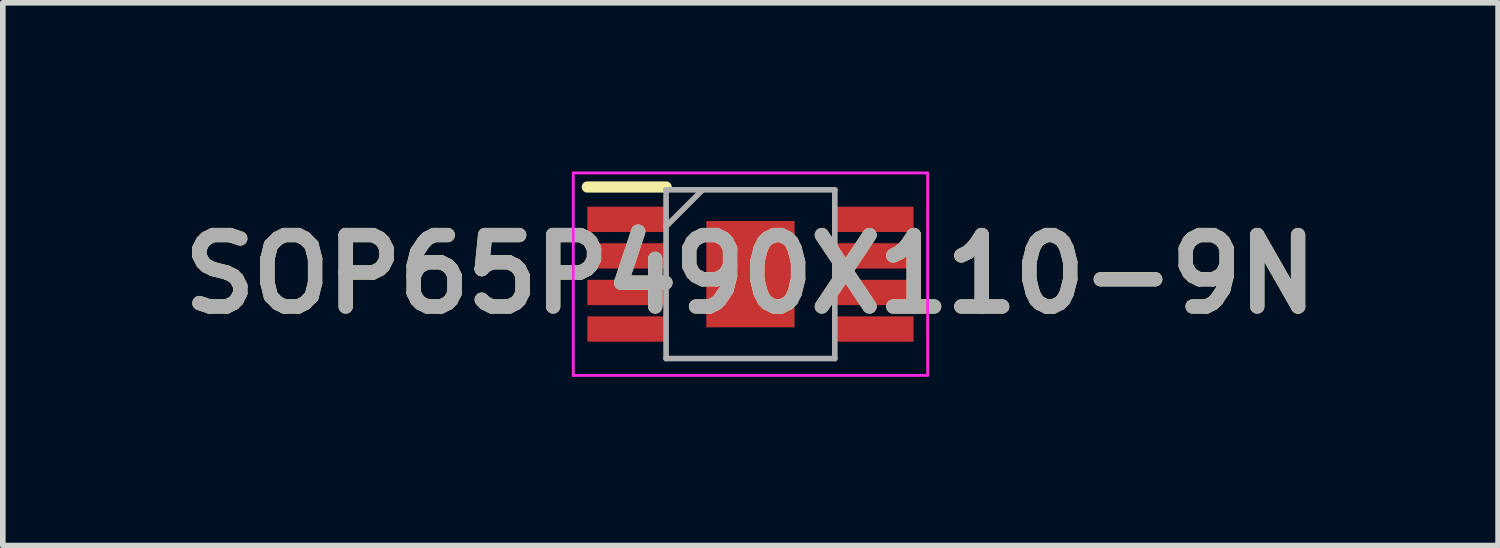
<source format=kicad_pcb>
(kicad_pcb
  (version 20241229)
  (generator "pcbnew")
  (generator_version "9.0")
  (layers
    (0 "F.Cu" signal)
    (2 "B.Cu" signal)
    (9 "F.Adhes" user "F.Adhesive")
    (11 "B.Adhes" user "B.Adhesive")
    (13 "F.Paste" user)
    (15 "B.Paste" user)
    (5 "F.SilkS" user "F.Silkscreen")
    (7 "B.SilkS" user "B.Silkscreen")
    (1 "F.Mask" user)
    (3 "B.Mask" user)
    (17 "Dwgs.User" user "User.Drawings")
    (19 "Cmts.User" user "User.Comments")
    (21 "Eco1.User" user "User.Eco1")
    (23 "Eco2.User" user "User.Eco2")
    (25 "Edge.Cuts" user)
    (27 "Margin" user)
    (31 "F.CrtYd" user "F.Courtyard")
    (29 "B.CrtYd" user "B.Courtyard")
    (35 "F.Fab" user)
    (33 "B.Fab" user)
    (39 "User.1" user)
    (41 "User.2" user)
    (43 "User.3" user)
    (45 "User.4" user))
  (footprint "SOP65P490X110-9N"
    (layer "F.Cu")
    (at 10.293 1.825)
    (property "Reference" "SOP65P490X110-9N" (at 0 0 0) (layer "F.SilkS") (effects (font (size 1.27 1.27) (thickness 0.254))))
    (attr smd)
    (fp_line (start -2.9 -1.55) (end -1.5 -1.55) (stroke (width 0.2) (type solid)) (layer "F.SilkS"))
    (fp_line (start -3.15 -1.8) (end 3.15 -1.8) (stroke (width 0.05) (type solid)) (layer "F.CrtYd"))
    (fp_line (start -3.15 1.8) (end -3.15 -1.8) (stroke (width 0.05) (type solid)) (layer "F.CrtYd"))
    (fp_line (start 3.15 -1.8) (end 3.15 1.8) (stroke (width 0.05) (type solid)) (layer "F.CrtYd"))
    (fp_line (start 3.15 1.8) (end -3.15 1.8) (stroke (width 0.05) (type solid)) (layer "F.CrtYd"))
    (fp_line (start -1.5 -1.5) (end 1.5 -1.5) (stroke (width 0.1) (type solid)) (layer "F.Fab"))
    (fp_line (start -1.5 -0.85) (end -0.85 -1.5) (stroke (width 0.1) (type solid)) (layer "F.Fab"))
    (fp_line (start -1.5 1.5) (end -1.5 -1.5) (stroke (width 0.1) (type solid)) (layer "F.Fab"))
    (fp_line (start 1.5 -1.5) (end 1.5 1.5) (stroke (width 0.1) (type solid)) (layer "F.Fab"))
    (fp_line (start 1.5 1.5) (end -1.5 1.5) (stroke (width 0.1) (type solid)) (layer "F.Fab"))
    (fp_text user "${REFERENCE}" (at 0 0 0) (layer "F.Fab") (effects (font (size 1.27 1.27) (thickness 0.254))))
    (pad "1" smd rect (at -2.2 -0.975 90) (size 0.45 1.4) (layers "F.Cu" "F.Mask" "F.Paste"))
    (pad "2" smd rect (at -2.2 -0.325 90) (size 0.45 1.4) (layers "F.Cu" "F.Mask" "F.Paste"))
    (pad "3" smd rect (at -2.2 0.325 90) (size 0.45 1.4) (layers "F.Cu" "F.Mask" "F.Paste"))
    (pad "4" smd rect (at -2.2 0.975 90) (size 0.45 1.4) (layers "F.Cu" "F.Mask" "F.Paste"))
    (pad "5" smd rect (at 2.2 0.975 90) (size 0.45 1.4) (layers "F.Cu" "F.Mask" "F.Paste"))
    (pad "6" smd rect (at 2.2 0.325 90) (size 0.45 1.4) (layers "F.Cu" "F.Mask" "F.Paste"))
    (pad "7" smd rect (at 2.2 -0.325 90) (size 0.45 1.4) (layers "F.Cu" "F.Mask" "F.Paste"))
    (pad "8" smd rect (at 2.2 -0.975 90) (size 0.45 1.4) (layers "F.Cu" "F.Mask" "F.Paste"))
    (pad "9" smd rect (at 0 0) (size 1.57 1.89) (layers "F.Cu" "F.Mask" "F.Paste")))
  (gr_rect
    (start -3 -3)
    (end 23.586 6.65)
    (stroke (width 0.1) (type default))
    (fill no)
    (layer "Edge.Cuts")))
</source>
